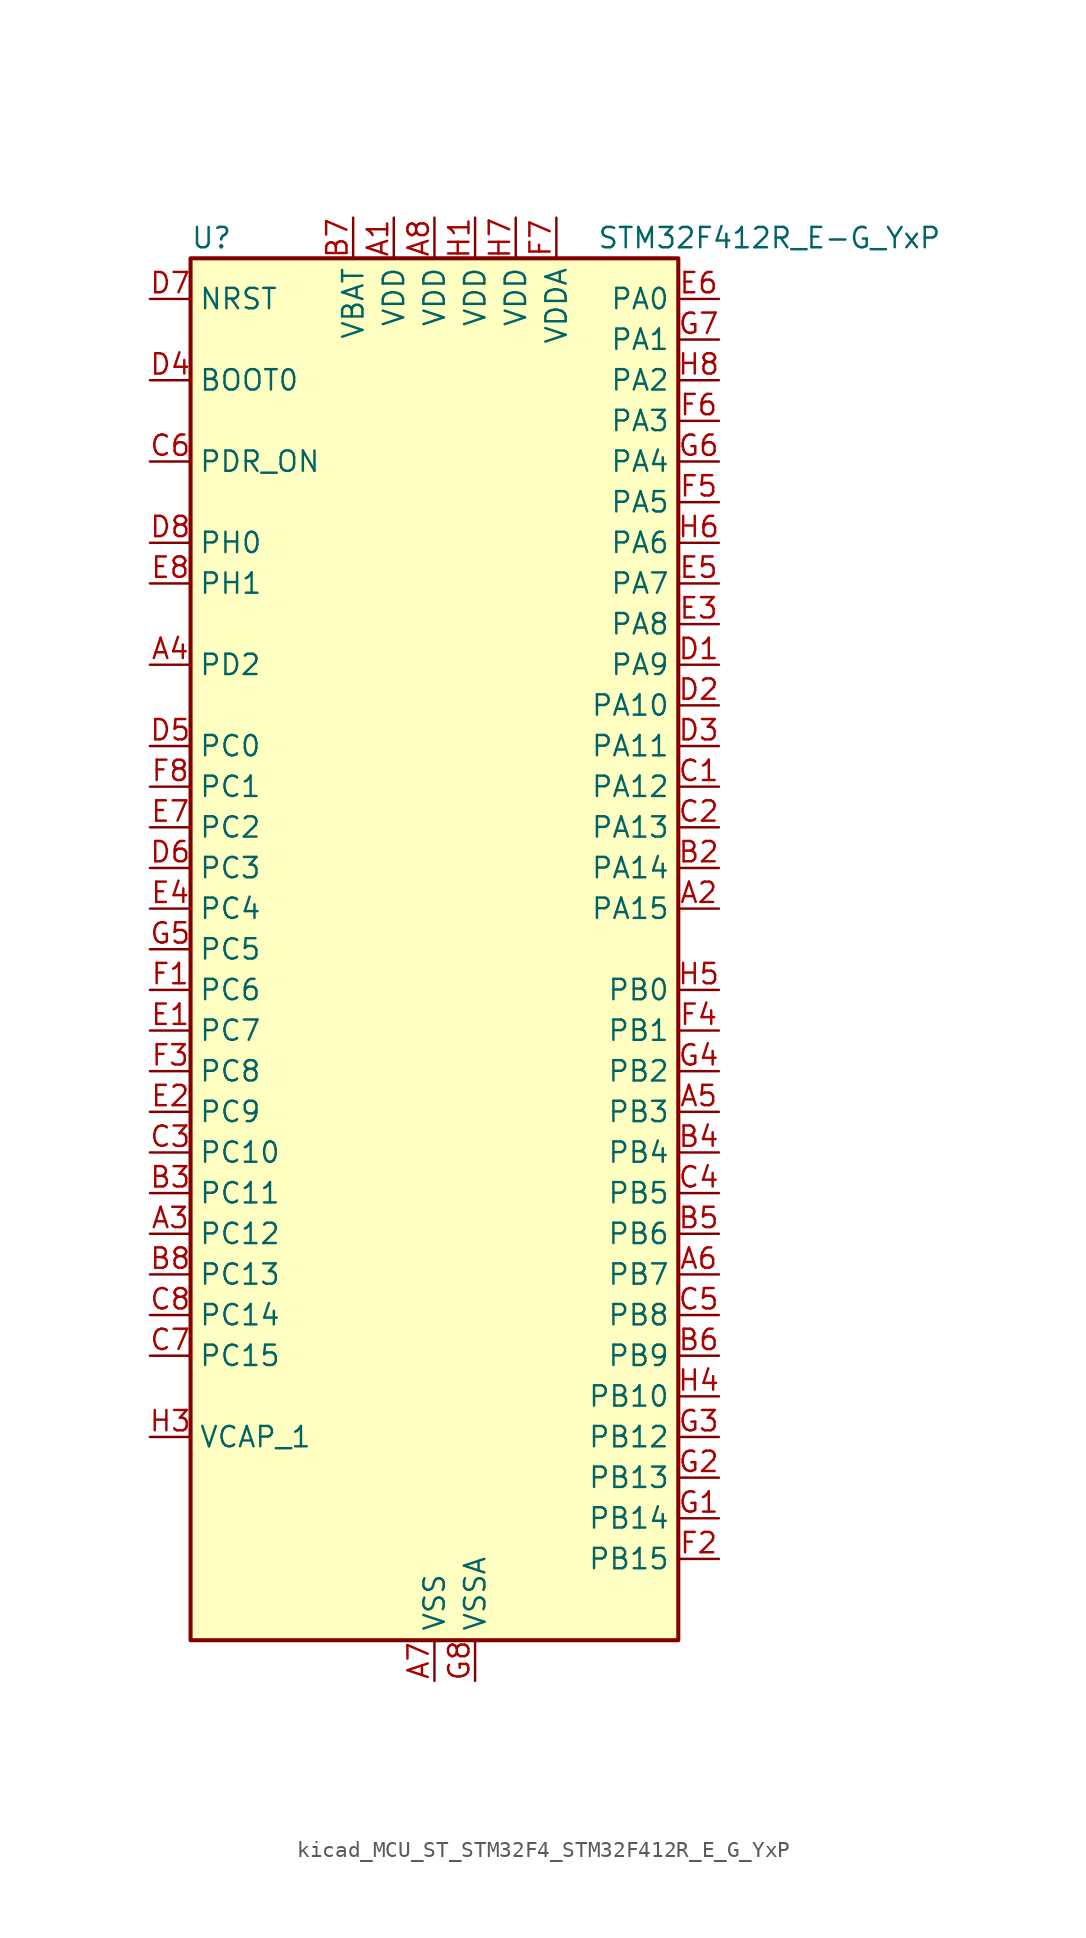
<source format=kicad_sym>
(kicad_symbol_lib
  (version 20220914)
  (generator kicad_symbol_editor)
  (symbol "kicad_MCU_ST_STM32F4_STM32F412R_E_G_YxP"
    (property "Reference" "U"
      (at -15.24 44.45 0)
      (effects (font (size 1.27 1.27)) (justify left)))
    (property "Value" "STM32F412R_E-G_YxP"
      (at 10.16 44.45 0)
      (effects (font (size 1.27 1.27)) (justify left)))
    (property "ki_locked" ""
      (at 0 0 0)
      (effects (font (size 1.27 1.27))))
    (symbol "kicad_MCU_ST_STM32F4_STM32F412R_E_G_YxP_0_1"
      (rectangle (start -15.24 -43.18) (end 15.24 43.18) (stroke (width 0.254) (type default)) (fill (type background))))
    (symbol "kicad_MCU_ST_STM32F4_STM32F412R_E_G_YxP_1_1"
      (pin power_in line (at -2.54 45.72 270) (length 2.54) (name "VDD" (effects (font (size 1.27 1.27)))) (number "A1" (effects (font (size 1.27 1.27)))))
      (pin bidirectional line (at 17.78 2.54 180) (length 2.54) (name "PA15" (effects (font (size 1.27 1.27)))) (number "A2" (effects (font (size 1.27 1.27)))) (alternate "ADC1_EXTI15" bidirectional line) (alternate "I2S1_WS" bidirectional line) (alternate "I2S3_WS" bidirectional line) (alternate "SPI1_NSS" bidirectional line) (alternate "SPI3_NSS" bidirectional line) (alternate "SYS_JTDI" bidirectional line) (alternate "TIM2_CH1" bidirectional line) (alternate "TIM2_ETR" bidirectional line) (alternate "USART1_TX" bidirectional line))
      (pin bidirectional line (at -17.78 -17.78 0) (length 2.54) (name "PC12" (effects (font (size 1.27 1.27)))) (number "A3" (effects (font (size 1.27 1.27)))) (alternate "FSMC_D3" bidirectional line) (alternate "FSMC_DA3" bidirectional line) (alternate "I2S3_SD" bidirectional line) (alternate "SDIO_CK" bidirectional line) (alternate "SPI3_MOSI" bidirectional line) (alternate "USART3_CK" bidirectional line))
      (pin bidirectional line (at -17.78 17.78 0) (length 2.54) (name "PD2" (effects (font (size 1.27 1.27)))) (number "A4" (effects (font (size 1.27 1.27)))) (alternate "FSMC_NWE" bidirectional line) (alternate "SDIO_CMD" bidirectional line) (alternate "TIM3_ETR" bidirectional line))
      (pin bidirectional line (at 17.78 -10.16 180) (length 2.54) (name "PB3" (effects (font (size 1.27 1.27)))) (number "A5" (effects (font (size 1.27 1.27)))) (alternate "FMPI2C1_SDA" bidirectional line) (alternate "I2C2_SDA" bidirectional line) (alternate "I2S1_CK" bidirectional line) (alternate "I2S3_CK" bidirectional line) (alternate "SPI1_SCK" bidirectional line) (alternate "SPI3_SCK" bidirectional line) (alternate "SYS_JTDO-SWO" bidirectional line) (alternate "TIM2_CH2" bidirectional line) (alternate "USART1_RX" bidirectional line))
      (pin bidirectional line (at 17.78 -20.32 180) (length 2.54) (name "PB7" (effects (font (size 1.27 1.27)))) (number "A6" (effects (font (size 1.27 1.27)))) (alternate "FSMC_NL" bidirectional line) (alternate "I2C1_SDA" bidirectional line) (alternate "TIM4_CH2" bidirectional line) (alternate "USART1_RX" bidirectional line))
      (pin power_in line (at 0 -45.72 90) (length 2.54) (name "VSS" (effects (font (size 1.27 1.27)))) (number "A7" (effects (font (size 1.27 1.27)))))
      (pin power_in line (at 0 45.72 270) (length 2.54) (name "VDD" (effects (font (size 1.27 1.27)))) (number "A8" (effects (font (size 1.27 1.27)))))
      (pin passive line (at 0 -45.72 90) (length 2.54) hide (name "VSS" (effects (font (size 1.27 1.27)))) (number "B1" (effects (font (size 1.27 1.27)))))
      (pin bidirectional line (at 17.78 5.08 180) (length 2.54) (name "PA14" (effects (font (size 1.27 1.27)))) (number "B2" (effects (font (size 1.27 1.27)))) (alternate "SYS_JTCK-SWCLK" bidirectional line))
      (pin bidirectional line (at -17.78 -15.24 0) (length 2.54) (name "PC11" (effects (font (size 1.27 1.27)))) (number "B3" (effects (font (size 1.27 1.27)))) (alternate "ADC1_EXTI11" bidirectional line) (alternate "FSMC_D2" bidirectional line) (alternate "FSMC_DA2" bidirectional line) (alternate "I2S3_ext_SD" bidirectional line) (alternate "QUADSPI_BK2_NCS" bidirectional line) (alternate "SDIO_D3" bidirectional line) (alternate "SPI3_MISO" bidirectional line) (alternate "USART3_RX" bidirectional line))
      (pin bidirectional line (at 17.78 -12.7 180) (length 2.54) (name "PB4" (effects (font (size 1.27 1.27)))) (number "B4" (effects (font (size 1.27 1.27)))) (alternate "I2C3_SDA" bidirectional line) (alternate "I2S3_ext_SD" bidirectional line) (alternate "SDIO_D0" bidirectional line) (alternate "SPI1_MISO" bidirectional line) (alternate "SPI3_MISO" bidirectional line) (alternate "SYS_JTRST" bidirectional line) (alternate "TIM3_CH1" bidirectional line))
      (pin bidirectional line (at 17.78 -17.78 180) (length 2.54) (name "PB6" (effects (font (size 1.27 1.27)))) (number "B5" (effects (font (size 1.27 1.27)))) (alternate "CAN2_TX" bidirectional line) (alternate "I2C1_SCL" bidirectional line) (alternate "QUADSPI_BK1_NCS" bidirectional line) (alternate "SDIO_D0" bidirectional line) (alternate "TIM4_CH1" bidirectional line) (alternate "USART1_TX" bidirectional line))
      (pin bidirectional line (at 17.78 -25.4 180) (length 2.54) (name "PB9" (effects (font (size 1.27 1.27)))) (number "B6" (effects (font (size 1.27 1.27)))) (alternate "CAN1_TX" bidirectional line) (alternate "I2C1_SDA" bidirectional line) (alternate "I2C2_SDA" bidirectional line) (alternate "I2S2_WS" bidirectional line) (alternate "SDIO_D5" bidirectional line) (alternate "SPI2_NSS" bidirectional line) (alternate "TIM11_CH1" bidirectional line) (alternate "TIM4_CH4" bidirectional line))
      (pin power_in line (at -5.08 45.72 270) (length 2.54) (name "VBAT" (effects (font (size 1.27 1.27)))) (number "B7" (effects (font (size 1.27 1.27)))))
      (pin bidirectional line (at -17.78 -20.32 0) (length 2.54) (name "PC13" (effects (font (size 1.27 1.27)))) (number "B8" (effects (font (size 1.27 1.27)))) (alternate "RTC_AF1" bidirectional line))
      (pin bidirectional line (at 17.78 10.16 180) (length 2.54) (name "PA12" (effects (font (size 1.27 1.27)))) (number "C1" (effects (font (size 1.27 1.27)))) (alternate "CAN1_TX" bidirectional line) (alternate "SPI5_MISO" bidirectional line) (alternate "TIM1_ETR" bidirectional line) (alternate "USART1_RTS" bidirectional line) (alternate "USART6_RX" bidirectional line) (alternate "USB_OTG_FS_DP" bidirectional line))
      (pin bidirectional line (at 17.78 7.62 180) (length 2.54) (name "PA13" (effects (font (size 1.27 1.27)))) (number "C2" (effects (font (size 1.27 1.27)))) (alternate "SYS_JTMS-SWDIO" bidirectional line))
      (pin bidirectional line (at -17.78 -12.7 0) (length 2.54) (name "PC10" (effects (font (size 1.27 1.27)))) (number "C3" (effects (font (size 1.27 1.27)))) (alternate "I2S3_CK" bidirectional line) (alternate "QUADSPI_BK1_IO1" bidirectional line) (alternate "SDIO_D2" bidirectional line) (alternate "SPI3_SCK" bidirectional line) (alternate "USART3_TX" bidirectional line))
      (pin bidirectional line (at 17.78 -15.24 180) (length 2.54) (name "PB5" (effects (font (size 1.27 1.27)))) (number "C4" (effects (font (size 1.27 1.27)))) (alternate "CAN2_RX" bidirectional line) (alternate "I2C1_SMBA" bidirectional line) (alternate "I2S1_SD" bidirectional line) (alternate "I2S3_SD" bidirectional line) (alternate "SDIO_D3" bidirectional line) (alternate "SPI1_MOSI" bidirectional line) (alternate "SPI3_MOSI" bidirectional line) (alternate "TIM3_CH2" bidirectional line))
      (pin bidirectional line (at 17.78 -22.86 180) (length 2.54) (name "PB8" (effects (font (size 1.27 1.27)))) (number "C5" (effects (font (size 1.27 1.27)))) (alternate "CAN1_RX" bidirectional line) (alternate "I2C1_SCL" bidirectional line) (alternate "I2C3_SDA" bidirectional line) (alternate "I2S5_SD" bidirectional line) (alternate "SDIO_D4" bidirectional line) (alternate "SPI5_MOSI" bidirectional line) (alternate "TIM10_CH1" bidirectional line) (alternate "TIM4_CH3" bidirectional line))
      (pin input line (at -17.78 30.48 0) (length 2.54) (name "PDR_ON" (effects (font (size 1.27 1.27)))) (number "C6" (effects (font (size 1.27 1.27)))))
      (pin bidirectional line (at -17.78 -25.4 0) (length 2.54) (name "PC15" (effects (font (size 1.27 1.27)))) (number "C7" (effects (font (size 1.27 1.27)))) (alternate "ADC1_EXTI15" bidirectional line) (alternate "RCC_OSC32_OUT" bidirectional line))
      (pin bidirectional line (at -17.78 -22.86 0) (length 2.54) (name "PC14" (effects (font (size 1.27 1.27)))) (number "C8" (effects (font (size 1.27 1.27)))) (alternate "RCC_OSC32_IN" bidirectional line))
      (pin bidirectional line (at 17.78 17.78 180) (length 2.54) (name "PA9" (effects (font (size 1.27 1.27)))) (number "D1" (effects (font (size 1.27 1.27)))) (alternate "I2C3_SMBA" bidirectional line) (alternate "SDIO_D2" bidirectional line) (alternate "TIM1_CH2" bidirectional line) (alternate "USART1_TX" bidirectional line) (alternate "USB_OTG_FS_VBUS" bidirectional line))
      (pin bidirectional line (at 17.78 15.24 180) (length 2.54) (name "PA10" (effects (font (size 1.27 1.27)))) (number "D2" (effects (font (size 1.27 1.27)))) (alternate "I2S5_SD" bidirectional line) (alternate "SPI5_MOSI" bidirectional line) (alternate "TIM1_CH3" bidirectional line) (alternate "USART1_RX" bidirectional line) (alternate "USB_OTG_FS_ID" bidirectional line))
      (pin bidirectional line (at 17.78 12.7 180) (length 2.54) (name "PA11" (effects (font (size 1.27 1.27)))) (number "D3" (effects (font (size 1.27 1.27)))) (alternate "ADC1_EXTI11" bidirectional line) (alternate "CAN1_RX" bidirectional line) (alternate "SPI4_MISO" bidirectional line) (alternate "TIM1_CH4" bidirectional line) (alternate "USART1_CTS" bidirectional line) (alternate "USART6_TX" bidirectional line) (alternate "USB_OTG_FS_DM" bidirectional line))
      (pin input line (at -17.78 35.56 0) (length 2.54) (name "BOOT0" (effects (font (size 1.27 1.27)))) (number "D4" (effects (font (size 1.27 1.27)))))
      (pin bidirectional line (at -17.78 12.7 0) (length 2.54) (name "PC0" (effects (font (size 1.27 1.27)))) (number "D5" (effects (font (size 1.27 1.27)))) (alternate "ADC1_IN10" bidirectional line) (alternate "SYS_WKUP2" bidirectional line))
      (pin bidirectional line (at -17.78 5.08 0) (length 2.54) (name "PC3" (effects (font (size 1.27 1.27)))) (number "D6" (effects (font (size 1.27 1.27)))) (alternate "ADC1_IN13" bidirectional line) (alternate "FSMC_A0" bidirectional line) (alternate "I2S2_SD" bidirectional line) (alternate "SPI2_MOSI" bidirectional line))
      (pin input line (at -17.78 40.64 0) (length 2.54) (name "NRST" (effects (font (size 1.27 1.27)))) (number "D7" (effects (font (size 1.27 1.27)))))
      (pin bidirectional line (at -17.78 25.4 0) (length 2.54) (name "PH0" (effects (font (size 1.27 1.27)))) (number "D8" (effects (font (size 1.27 1.27)))) (alternate "RCC_OSC_IN" bidirectional line))
      (pin bidirectional line (at -17.78 -5.08 0) (length 2.54) (name "PC7" (effects (font (size 1.27 1.27)))) (number "E1" (effects (font (size 1.27 1.27)))) (alternate "DFSDM1_DATIN3" bidirectional line) (alternate "FMPI2C1_SDA" bidirectional line) (alternate "I2S2_CK" bidirectional line) (alternate "I2S3_MCK" bidirectional line) (alternate "SDIO_D7" bidirectional line) (alternate "SPI2_SCK" bidirectional line) (alternate "TIM3_CH2" bidirectional line) (alternate "TIM8_CH2" bidirectional line) (alternate "USART6_RX" bidirectional line))
      (pin bidirectional line (at -17.78 -10.16 0) (length 2.54) (name "PC9" (effects (font (size 1.27 1.27)))) (number "E2" (effects (font (size 1.27 1.27)))) (alternate "I2C3_SDA" bidirectional line) (alternate "I2S_CKIN" bidirectional line) (alternate "QUADSPI_BK1_IO0" bidirectional line) (alternate "RCC_MCO_2" bidirectional line) (alternate "SDIO_D1" bidirectional line) (alternate "TIM3_CH4" bidirectional line) (alternate "TIM8_CH4" bidirectional line))
      (pin bidirectional line (at 17.78 20.32 180) (length 2.54) (name "PA8" (effects (font (size 1.27 1.27)))) (number "E3" (effects (font (size 1.27 1.27)))) (alternate "I2C3_SCL" bidirectional line) (alternate "RCC_MCO_1" bidirectional line) (alternate "SDIO_D1" bidirectional line) (alternate "TIM1_CH1" bidirectional line) (alternate "USART1_CK" bidirectional line) (alternate "USB_OTG_FS_SOF" bidirectional line))
      (pin bidirectional line (at -17.78 2.54 0) (length 2.54) (name "PC4" (effects (font (size 1.27 1.27)))) (number "E4" (effects (font (size 1.27 1.27)))) (alternate "ADC1_IN14" bidirectional line) (alternate "FSMC_NE4" bidirectional line) (alternate "I2S1_MCK" bidirectional line) (alternate "QUADSPI_BK2_IO2" bidirectional line))
      (pin bidirectional line (at 17.78 22.86 180) (length 2.54) (name "PA7" (effects (font (size 1.27 1.27)))) (number "E5" (effects (font (size 1.27 1.27)))) (alternate "ADC1_IN7" bidirectional line) (alternate "I2S1_SD" bidirectional line) (alternate "QUADSPI_BK2_IO1" bidirectional line) (alternate "SPI1_MOSI" bidirectional line) (alternate "TIM14_CH1" bidirectional line) (alternate "TIM1_CH1N" bidirectional line) (alternate "TIM3_CH2" bidirectional line) (alternate "TIM8_CH1N" bidirectional line))
      (pin bidirectional line (at 17.78 40.64 180) (length 2.54) (name "PA0" (effects (font (size 1.27 1.27)))) (number "E6" (effects (font (size 1.27 1.27)))) (alternate "ADC1_IN0" bidirectional line) (alternate "SYS_WKUP1" bidirectional line) (alternate "TIM2_CH1" bidirectional line) (alternate "TIM2_ETR" bidirectional line) (alternate "TIM5_CH1" bidirectional line) (alternate "TIM8_ETR" bidirectional line) (alternate "USART2_CTS" bidirectional line))
      (pin bidirectional line (at -17.78 7.62 0) (length 2.54) (name "PC2" (effects (font (size 1.27 1.27)))) (number "E7" (effects (font (size 1.27 1.27)))) (alternate "ADC1_IN12" bidirectional line) (alternate "DFSDM1_CKOUT" bidirectional line) (alternate "FSMC_NWE" bidirectional line) (alternate "I2S2_ext_SD" bidirectional line) (alternate "SPI2_MISO" bidirectional line))
      (pin bidirectional line (at -17.78 22.86 0) (length 2.54) (name "PH1" (effects (font (size 1.27 1.27)))) (number "E8" (effects (font (size 1.27 1.27)))) (alternate "RCC_OSC_OUT" bidirectional line))
      (pin bidirectional line (at -17.78 -2.54 0) (length 2.54) (name "PC6" (effects (font (size 1.27 1.27)))) (number "F1" (effects (font (size 1.27 1.27)))) (alternate "DFSDM1_CKIN3" bidirectional line) (alternate "FMPI2C1_SCL" bidirectional line) (alternate "FSMC_D1" bidirectional line) (alternate "FSMC_DA1" bidirectional line) (alternate "I2S2_MCK" bidirectional line) (alternate "SDIO_D6" bidirectional line) (alternate "TIM3_CH1" bidirectional line) (alternate "TIM8_CH1" bidirectional line) (alternate "USART6_TX" bidirectional line))
      (pin bidirectional line (at 17.78 -38.1 180) (length 2.54) (name "PB15" (effects (font (size 1.27 1.27)))) (number "F2" (effects (font (size 1.27 1.27)))) (alternate "ADC1_EXTI15" bidirectional line) (alternate "DFSDM1_CKIN2" bidirectional line) (alternate "FMPI2C1_SCL" bidirectional line) (alternate "I2S2_SD" bidirectional line) (alternate "RTC_REFIN" bidirectional line) (alternate "SDIO_CK" bidirectional line) (alternate "SPI2_MOSI" bidirectional line) (alternate "TIM12_CH2" bidirectional line) (alternate "TIM1_CH3N" bidirectional line) (alternate "TIM8_CH3N" bidirectional line))
      (pin bidirectional line (at -17.78 -7.62 0) (length 2.54) (name "PC8" (effects (font (size 1.27 1.27)))) (number "F3" (effects (font (size 1.27 1.27)))) (alternate "QUADSPI_BK1_IO2" bidirectional line) (alternate "SDIO_D0" bidirectional line) (alternate "TIM3_CH3" bidirectional line) (alternate "TIM8_CH3" bidirectional line) (alternate "USART6_CK" bidirectional line))
      (pin bidirectional line (at 17.78 -5.08 180) (length 2.54) (name "PB1" (effects (font (size 1.27 1.27)))) (number "F4" (effects (font (size 1.27 1.27)))) (alternate "ADC1_IN9" bidirectional line) (alternate "DFSDM1_DATIN0" bidirectional line) (alternate "I2S5_WS" bidirectional line) (alternate "QUADSPI_CLK" bidirectional line) (alternate "SPI5_NSS" bidirectional line) (alternate "TIM1_CH3N" bidirectional line) (alternate "TIM3_CH4" bidirectional line) (alternate "TIM8_CH3N" bidirectional line))
      (pin bidirectional line (at 17.78 27.94 180) (length 2.54) (name "PA5" (effects (font (size 1.27 1.27)))) (number "F5" (effects (font (size 1.27 1.27)))) (alternate "ADC1_IN5" bidirectional line) (alternate "DFSDM1_CKIN1" bidirectional line) (alternate "FSMC_D7" bidirectional line) (alternate "FSMC_DA7" bidirectional line) (alternate "I2S1_CK" bidirectional line) (alternate "SPI1_SCK" bidirectional line) (alternate "TIM2_CH1" bidirectional line) (alternate "TIM2_ETR" bidirectional line) (alternate "TIM8_CH1N" bidirectional line))
      (pin bidirectional line (at 17.78 33.02 180) (length 2.54) (name "PA3" (effects (font (size 1.27 1.27)))) (number "F6" (effects (font (size 1.27 1.27)))) (alternate "ADC1_IN3" bidirectional line) (alternate "FSMC_D5" bidirectional line) (alternate "FSMC_DA5" bidirectional line) (alternate "I2S2_MCK" bidirectional line) (alternate "TIM2_CH4" bidirectional line) (alternate "TIM5_CH4" bidirectional line) (alternate "TIM9_CH2" bidirectional line) (alternate "USART2_RX" bidirectional line))
      (pin power_in line (at 7.62 45.72 270) (length 2.54) (name "VDDA" (effects (font (size 1.27 1.27)))) (number "F7" (effects (font (size 1.27 1.27)))))
      (pin bidirectional line (at -17.78 10.16 0) (length 2.54) (name "PC1" (effects (font (size 1.27 1.27)))) (number "F8" (effects (font (size 1.27 1.27)))) (alternate "ADC1_IN11" bidirectional line) (alternate "SYS_WKUP3" bidirectional line))
      (pin bidirectional line (at 17.78 -35.56 180) (length 2.54) (name "PB14" (effects (font (size 1.27 1.27)))) (number "G1" (effects (font (size 1.27 1.27)))) (alternate "DFSDM1_DATIN2" bidirectional line) (alternate "FMPI2C1_SDA" bidirectional line) (alternate "FSMC_D0" bidirectional line) (alternate "FSMC_DA0" bidirectional line) (alternate "I2S2_ext_SD" bidirectional line) (alternate "SDIO_D6" bidirectional line) (alternate "SPI2_MISO" bidirectional line) (alternate "TIM12_CH1" bidirectional line) (alternate "TIM1_CH2N" bidirectional line) (alternate "TIM8_CH2N" bidirectional line) (alternate "USART3_RTS" bidirectional line))
      (pin bidirectional line (at 17.78 -33.02 180) (length 2.54) (name "PB13" (effects (font (size 1.27 1.27)))) (number "G2" (effects (font (size 1.27 1.27)))) (alternate "CAN2_TX" bidirectional line) (alternate "DFSDM1_CKIN1" bidirectional line) (alternate "FMPI2C1_SMBA" bidirectional line) (alternate "I2S2_CK" bidirectional line) (alternate "I2S4_CK" bidirectional line) (alternate "SPI2_SCK" bidirectional line) (alternate "SPI4_SCK" bidirectional line) (alternate "TIM1_CH1N" bidirectional line) (alternate "USART3_CTS" bidirectional line))
      (pin bidirectional line (at 17.78 -30.48 180) (length 2.54) (name "PB12" (effects (font (size 1.27 1.27)))) (number "G3" (effects (font (size 1.27 1.27)))) (alternate "CAN2_RX" bidirectional line) (alternate "DFSDM1_DATIN1" bidirectional line) (alternate "I2C2_SMBA" bidirectional line) (alternate "I2S2_WS" bidirectional line) (alternate "I2S3_CK" bidirectional line) (alternate "I2S4_WS" bidirectional line) (alternate "SPI2_NSS" bidirectional line) (alternate "SPI3_SCK" bidirectional line) (alternate "SPI4_NSS" bidirectional line) (alternate "TIM1_BKIN" bidirectional line) (alternate "USART3_CK" bidirectional line))
      (pin bidirectional line (at 17.78 -7.62 180) (length 2.54) (name "PB2" (effects (font (size 1.27 1.27)))) (number "G4" (effects (font (size 1.27 1.27)))) (alternate "DFSDM1_CKIN0" bidirectional line) (alternate "QUADSPI_CLK" bidirectional line))
      (pin bidirectional line (at -17.78 0 0) (length 2.54) (name "PC5" (effects (font (size 1.27 1.27)))) (number "G5" (effects (font (size 1.27 1.27)))) (alternate "ADC1_IN15" bidirectional line) (alternate "FMPI2C1_SMBA" bidirectional line) (alternate "FSMC_NOE" bidirectional line) (alternate "QUADSPI_BK2_IO3" bidirectional line) (alternate "USART3_RX" bidirectional line))
      (pin bidirectional line (at 17.78 30.48 180) (length 2.54) (name "PA4" (effects (font (size 1.27 1.27)))) (number "G6" (effects (font (size 1.27 1.27)))) (alternate "ADC1_IN4" bidirectional line) (alternate "DFSDM1_DATIN1" bidirectional line) (alternate "FSMC_D6" bidirectional line) (alternate "FSMC_DA6" bidirectional line) (alternate "I2S1_WS" bidirectional line) (alternate "I2S3_WS" bidirectional line) (alternate "SPI1_NSS" bidirectional line) (alternate "SPI3_NSS" bidirectional line) (alternate "USART2_CK" bidirectional line))
      (pin bidirectional line (at 17.78 38.1 180) (length 2.54) (name "PA1" (effects (font (size 1.27 1.27)))) (number "G7" (effects (font (size 1.27 1.27)))) (alternate "ADC1_IN1" bidirectional line) (alternate "I2S4_SD" bidirectional line) (alternate "QUADSPI_BK1_IO3" bidirectional line) (alternate "SPI4_MOSI" bidirectional line) (alternate "TIM2_CH2" bidirectional line) (alternate "TIM5_CH2" bidirectional line) (alternate "USART2_RTS" bidirectional line))
      (pin power_in line (at 2.54 -45.72 90) (length 2.54) (name "VSSA" (effects (font (size 1.27 1.27)))) (number "G8" (effects (font (size 1.27 1.27)))))
      (pin power_in line (at 2.54 45.72 270) (length 2.54) (name "VDD" (effects (font (size 1.27 1.27)))) (number "H1" (effects (font (size 1.27 1.27)))))
      (pin passive line (at 0 -45.72 90) (length 2.54) hide (name "VSS" (effects (font (size 1.27 1.27)))) (number "H2" (effects (font (size 1.27 1.27)))))
      (pin power_out line (at -17.78 -30.48 0) (length 2.54) (name "VCAP_1" (effects (font (size 1.27 1.27)))) (number "H3" (effects (font (size 1.27 1.27)))))
      (pin bidirectional line (at 17.78 -27.94 180) (length 2.54) (name "PB10" (effects (font (size 1.27 1.27)))) (number "H4" (effects (font (size 1.27 1.27)))) (alternate "FMPI2C1_SCL" bidirectional line) (alternate "I2C2_SCL" bidirectional line) (alternate "I2S2_CK" bidirectional line) (alternate "I2S3_MCK" bidirectional line) (alternate "SDIO_D7" bidirectional line) (alternate "SPI2_SCK" bidirectional line) (alternate "TIM2_CH3" bidirectional line) (alternate "USART3_TX" bidirectional line))
      (pin bidirectional line (at 17.78 -2.54 180) (length 2.54) (name "PB0" (effects (font (size 1.27 1.27)))) (number "H5" (effects (font (size 1.27 1.27)))) (alternate "ADC1_IN8" bidirectional line) (alternate "I2S5_CK" bidirectional line) (alternate "SPI5_SCK" bidirectional line) (alternate "TIM1_CH2N" bidirectional line) (alternate "TIM3_CH3" bidirectional line) (alternate "TIM8_CH2N" bidirectional line))
      (pin bidirectional line (at 17.78 25.4 180) (length 2.54) (name "PA6" (effects (font (size 1.27 1.27)))) (number "H6" (effects (font (size 1.27 1.27)))) (alternate "ADC1_IN6" bidirectional line) (alternate "I2S2_MCK" bidirectional line) (alternate "QUADSPI_BK2_IO0" bidirectional line) (alternate "SDIO_CMD" bidirectional line) (alternate "SPI1_MISO" bidirectional line) (alternate "TIM13_CH1" bidirectional line) (alternate "TIM1_BKIN" bidirectional line) (alternate "TIM3_CH1" bidirectional line) (alternate "TIM8_BKIN" bidirectional line))
      (pin power_in line (at 5.08 45.72 270) (length 2.54) (name "VDD" (effects (font (size 1.27 1.27)))) (number "H7" (effects (font (size 1.27 1.27)))))
      (pin bidirectional line (at 17.78 35.56 180) (length 2.54) (name "PA2" (effects (font (size 1.27 1.27)))) (number "H8" (effects (font (size 1.27 1.27)))) (alternate "ADC1_IN2" bidirectional line) (alternate "FSMC_D4" bidirectional line) (alternate "FSMC_DA4" bidirectional line) (alternate "I2S_CKIN" bidirectional line) (alternate "TIM2_CH3" bidirectional line) (alternate "TIM5_CH3" bidirectional line) (alternate "TIM9_CH1" bidirectional line) (alternate "USART2_TX" bidirectional line)))))
</source>
